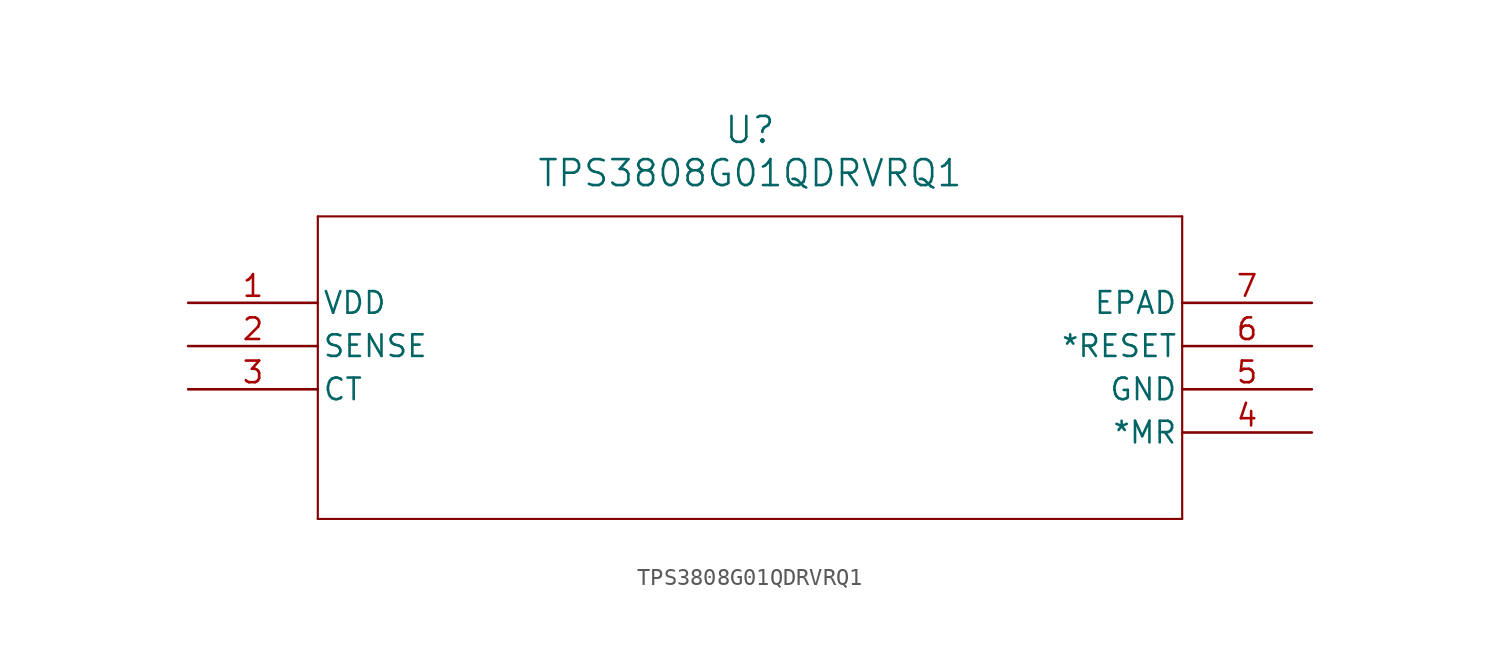
<source format=kicad_sym>
(kicad_symbol_lib
  (version 20211014)
  (generator kicad_symbol_editor)
  (symbol "TPS3808G01QDRVRQ1"
    (pin_names
      (offset 0.254))
    (property "Reference" "U"
      (at 33.02 10.16 0)
      (effects (font (size 1.524 1.524))))
    (property "Value" "TPS3808G01QDRVRQ1"
      (at 33.02 7.62 0)
      (effects (font (size 1.524 1.524))))
    (symbol "TPS3808G01QDRVRQ1_0_1"
      (polyline (pts (xy 7.62 5.08) (xy 7.62 -12.7)) (stroke (width 0.127) (type default) (color 0 0 0 0)) (fill (type none)))
      (polyline (pts (xy 7.62 -12.7) (xy 58.42 -12.7)) (stroke (width 0.127) (type default) (color 0 0 0 0)) (fill (type none)))
      (polyline (pts (xy 58.42 -12.7) (xy 58.42 5.08)) (stroke (width 0.127) (type default) (color 0 0 0 0)) (fill (type none)))
      (polyline (pts (xy 58.42 5.08) (xy 7.62 5.08)) (stroke (width 0.127) (type default) (color 0 0 0 0)) (fill (type none)))
      (pin power_in line (at 0 0 0) (length 7.62) (name "VDD" (effects (font (size 1.27 1.27)))) (number "1" (effects (font (size 1.27 1.27)))))
      (pin unspecified line (at 0 -2.54 0) (length 7.62) (name "SENSE" (effects (font (size 1.27 1.27)))) (number "2" (effects (font (size 1.27 1.27)))))
      (pin unspecified line (at 0 -5.08 0) (length 7.62) (name "CT" (effects (font (size 1.27 1.27)))) (number "3" (effects (font (size 1.27 1.27)))))
      (pin unspecified line (at 66.04 -7.62 180) (length 7.62) (name "*MR" (effects (font (size 1.27 1.27)))) (number "4" (effects (font (size 1.27 1.27)))))
      (pin power_in line (at 66.04 -5.08 180) (length 7.62) (name "GND" (effects (font (size 1.27 1.27)))) (number "5" (effects (font (size 1.27 1.27)))))
      (pin unspecified line (at 66.04 -2.54 180) (length 7.62) (name "*RESET" (effects (font (size 1.27 1.27)))) (number "6" (effects (font (size 1.27 1.27)))))
      (pin unspecified line (at 66.04 0 180) (length 7.62) (name "EPAD" (effects (font (size 1.27 1.27)))) (number "7" (effects (font (size 1.27 1.27))))))))
</source>
